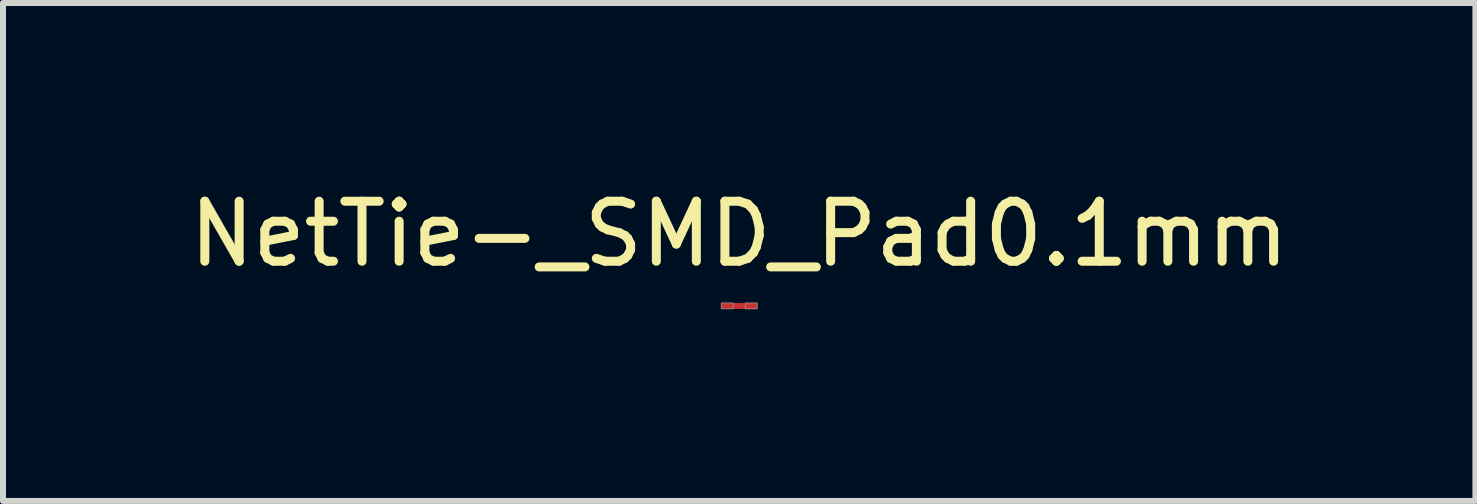
<source format=kicad_pcb>
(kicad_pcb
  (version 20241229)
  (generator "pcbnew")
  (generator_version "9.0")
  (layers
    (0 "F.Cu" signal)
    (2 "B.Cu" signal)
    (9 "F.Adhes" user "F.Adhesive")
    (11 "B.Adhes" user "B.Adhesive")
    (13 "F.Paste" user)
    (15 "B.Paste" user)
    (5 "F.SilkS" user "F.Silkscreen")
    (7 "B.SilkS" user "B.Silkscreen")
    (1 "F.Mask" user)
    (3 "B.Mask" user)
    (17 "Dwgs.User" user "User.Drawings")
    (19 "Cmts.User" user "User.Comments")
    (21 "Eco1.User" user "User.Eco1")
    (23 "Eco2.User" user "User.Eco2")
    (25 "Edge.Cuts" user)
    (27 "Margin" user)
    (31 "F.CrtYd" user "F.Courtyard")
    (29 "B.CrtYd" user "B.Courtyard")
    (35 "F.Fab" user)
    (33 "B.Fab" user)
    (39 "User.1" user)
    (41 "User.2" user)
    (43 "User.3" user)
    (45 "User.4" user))
  (footprint "NetTie-_SMD_Pad0.1mm"
    (layer "F.Cu")
    (at 9.268 2.048)
    (property "Reference" "NetTie-_SMD_Pad0.1mm" (at 0 -1.2 0) (layer "F.SilkS") (effects (font (size 1 1) (thickness 0.15))))
    (attr exclude_from_pos_files exclude_from_bom allow_missing_courtyard)
    (fp_poly (pts (xy -0.1 -0.05) (xy 0.1 -0.05) (xy 0.1 0.05) (xy -0.1 0.05)) (stroke (width 0) (type solid)) (fill yes) (layer "F.Cu"))
    (fp_rect (start -0.3 -0.05) (end -0.1 0.05) (stroke (width 0.01) (type default)) (fill no) (layer "F.Fab"))
    (fp_rect (start 0.1 -0.05) (end 0.3 0.05) (stroke (width 0.01) (type default)) (fill no) (layer "F.Fab"))
    (pad "1" smd rect (at -0.2 0) (size 0.2 0.1) (layers "F.Cu"))
    (pad "2" smd rect (at 0.2 0) (size 0.2 0.1) (layers "F.Cu")))
  (gr_rect
    (start -3 -3)
    (end 21.536 5.298)
    (stroke (width 0.1) (type default))
    (fill no)
    (layer "Edge.Cuts")))
</source>
